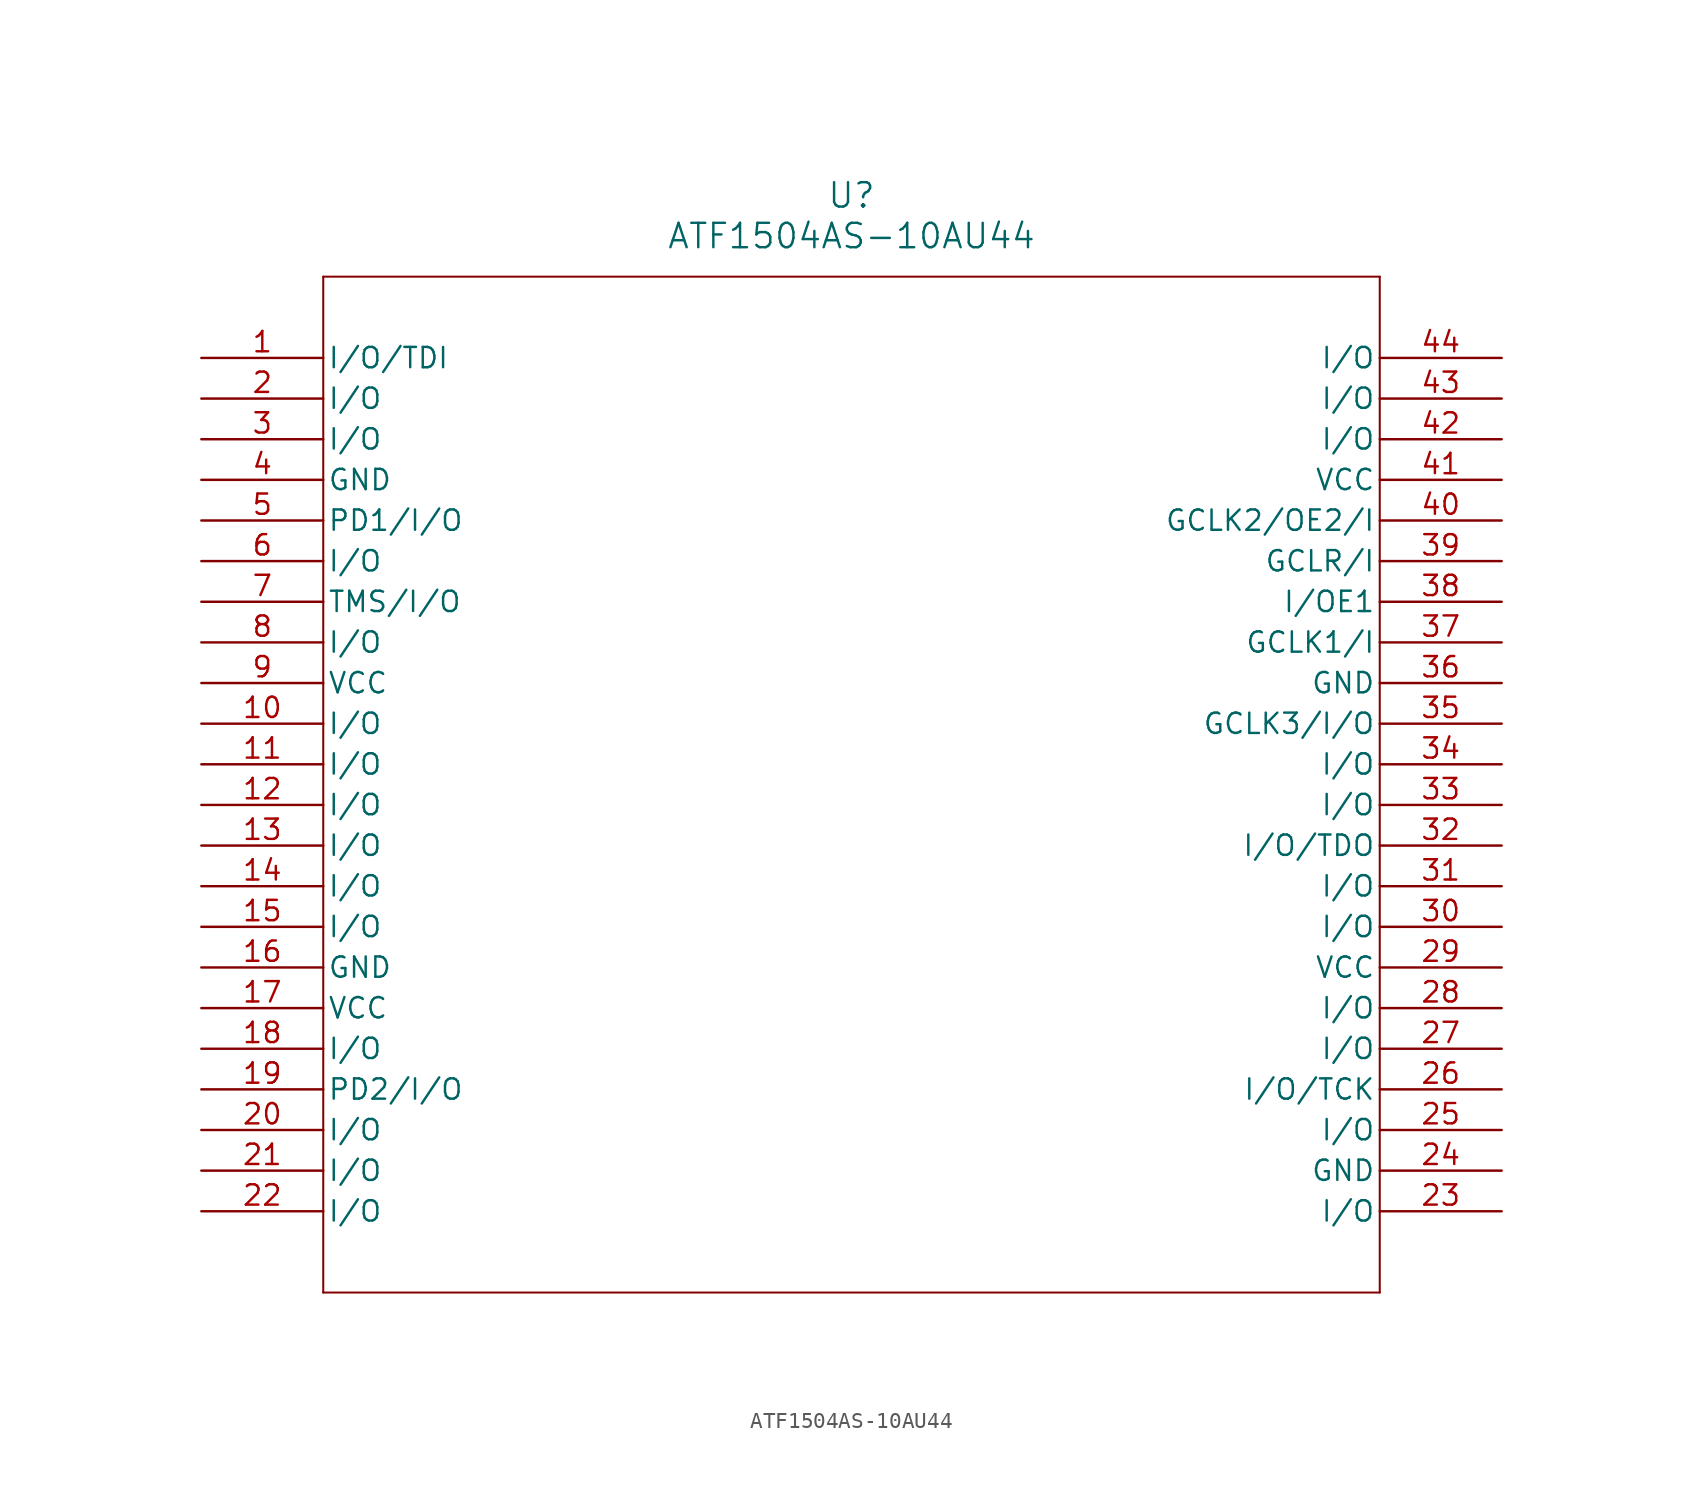
<source format=kicad_sym>
(kicad_symbol_lib
  (version 20211014)
  (generator kicad_symbol_editor)
  (symbol "ATF1504AS-10AU44"
    (pin_names
      (offset 0.254))
    (property "Reference" "U"
      (at 40.64 10.16 0)
      (effects (font (size 1.524 1.524))))
    (property "Value" "ATF1504AS-10AU44"
      (at 40.64 7.62 0)
      (effects (font (size 1.524 1.524))))
    (symbol "ATF1504AS-10AU44_0_1"
      (polyline (pts (xy 7.62 5.08) (xy 7.62 -58.42)) (stroke (width 0.127) (type default) (color 0 0 0 0)) (fill (type none)))
      (polyline (pts (xy 7.62 -58.42) (xy 73.66 -58.42)) (stroke (width 0.127) (type default) (color 0 0 0 0)) (fill (type none)))
      (polyline (pts (xy 73.66 -58.42) (xy 73.66 5.08)) (stroke (width 0.127) (type default) (color 0 0 0 0)) (fill (type none)))
      (polyline (pts (xy 73.66 5.08) (xy 7.62 5.08)) (stroke (width 0.127) (type default) (color 0 0 0 0)) (fill (type none)))
      (pin bidirectional line (at 0 0 0) (length 7.62) (name "I/O/TDI" (effects (font (size 1.27 1.27)))) (number "1" (effects (font (size 1.27 1.27)))))
      (pin bidirectional line (at 0 -2.54 0) (length 7.62) (name "I/O" (effects (font (size 1.27 1.27)))) (number "2" (effects (font (size 1.27 1.27)))))
      (pin bidirectional line (at 0 -5.08 0) (length 7.62) (name "I/O" (effects (font (size 1.27 1.27)))) (number "3" (effects (font (size 1.27 1.27)))))
      (pin power_in line (at 0 -7.62 0) (length 7.62) (name "GND" (effects (font (size 1.27 1.27)))) (number "4" (effects (font (size 1.27 1.27)))))
      (pin bidirectional line (at 0 -10.16 0) (length 7.62) (name "PD1/I/O" (effects (font (size 1.27 1.27)))) (number "5" (effects (font (size 1.27 1.27)))))
      (pin bidirectional line (at 0 -12.7 0) (length 7.62) (name "I/O" (effects (font (size 1.27 1.27)))) (number "6" (effects (font (size 1.27 1.27)))))
      (pin bidirectional line (at 0 -15.24 0) (length 7.62) (name "TMS/I/O" (effects (font (size 1.27 1.27)))) (number "7" (effects (font (size 1.27 1.27)))))
      (pin bidirectional line (at 0 -17.78 0) (length 7.62) (name "I/O" (effects (font (size 1.27 1.27)))) (number "8" (effects (font (size 1.27 1.27)))))
      (pin power_in line (at 0 -20.32 0) (length 7.62) (name "VCC" (effects (font (size 1.27 1.27)))) (number "9" (effects (font (size 1.27 1.27)))))
      (pin bidirectional line (at 0 -22.86 0) (length 7.62) (name "I/O" (effects (font (size 1.27 1.27)))) (number "10" (effects (font (size 1.27 1.27)))))
      (pin bidirectional line (at 0 -25.4 0) (length 7.62) (name "I/O" (effects (font (size 1.27 1.27)))) (number "11" (effects (font (size 1.27 1.27)))))
      (pin bidirectional line (at 0 -27.94 0) (length 7.62) (name "I/O" (effects (font (size 1.27 1.27)))) (number "12" (effects (font (size 1.27 1.27)))))
      (pin bidirectional line (at 0 -30.48 0) (length 7.62) (name "I/O" (effects (font (size 1.27 1.27)))) (number "13" (effects (font (size 1.27 1.27)))))
      (pin bidirectional line (at 0 -33.02 0) (length 7.62) (name "I/O" (effects (font (size 1.27 1.27)))) (number "14" (effects (font (size 1.27 1.27)))))
      (pin bidirectional line (at 0 -35.56 0) (length 7.62) (name "I/O" (effects (font (size 1.27 1.27)))) (number "15" (effects (font (size 1.27 1.27)))))
      (pin power_in line (at 0 -38.1 0) (length 7.62) (name "GND" (effects (font (size 1.27 1.27)))) (number "16" (effects (font (size 1.27 1.27)))))
      (pin power_in line (at 0 -40.64 0) (length 7.62) (name "VCC" (effects (font (size 1.27 1.27)))) (number "17" (effects (font (size 1.27 1.27)))))
      (pin bidirectional line (at 0 -43.18 0) (length 7.62) (name "I/O" (effects (font (size 1.27 1.27)))) (number "18" (effects (font (size 1.27 1.27)))))
      (pin bidirectional line (at 0 -45.72 0) (length 7.62) (name "PD2/I/O" (effects (font (size 1.27 1.27)))) (number "19" (effects (font (size 1.27 1.27)))))
      (pin bidirectional line (at 0 -48.26 0) (length 7.62) (name "I/O" (effects (font (size 1.27 1.27)))) (number "20" (effects (font (size 1.27 1.27)))))
      (pin bidirectional line (at 0 -50.8 0) (length 7.62) (name "I/O" (effects (font (size 1.27 1.27)))) (number "21" (effects (font (size 1.27 1.27)))))
      (pin bidirectional line (at 0 -53.34 0) (length 7.62) (name "I/O" (effects (font (size 1.27 1.27)))) (number "22" (effects (font (size 1.27 1.27)))))
      (pin bidirectional line (at 81.28 -53.34 180) (length 7.62) (name "I/O" (effects (font (size 1.27 1.27)))) (number "23" (effects (font (size 1.27 1.27)))))
      (pin power_in line (at 81.28 -50.8 180) (length 7.62) (name "GND" (effects (font (size 1.27 1.27)))) (number "24" (effects (font (size 1.27 1.27)))))
      (pin bidirectional line (at 81.28 -48.26 180) (length 7.62) (name "I/O" (effects (font (size 1.27 1.27)))) (number "25" (effects (font (size 1.27 1.27)))))
      (pin bidirectional line (at 81.28 -45.72 180) (length 7.62) (name "I/O/TCK" (effects (font (size 1.27 1.27)))) (number "26" (effects (font (size 1.27 1.27)))))
      (pin bidirectional line (at 81.28 -43.18 180) (length 7.62) (name "I/O" (effects (font (size 1.27 1.27)))) (number "27" (effects (font (size 1.27 1.27)))))
      (pin bidirectional line (at 81.28 -40.64 180) (length 7.62) (name "I/O" (effects (font (size 1.27 1.27)))) (number "28" (effects (font (size 1.27 1.27)))))
      (pin power_in line (at 81.28 -38.1 180) (length 7.62) (name "VCC" (effects (font (size 1.27 1.27)))) (number "29" (effects (font (size 1.27 1.27)))))
      (pin bidirectional line (at 81.28 -35.56 180) (length 7.62) (name "I/O" (effects (font (size 1.27 1.27)))) (number "30" (effects (font (size 1.27 1.27)))))
      (pin bidirectional line (at 81.28 -33.02 180) (length 7.62) (name "I/O" (effects (font (size 1.27 1.27)))) (number "31" (effects (font (size 1.27 1.27)))))
      (pin bidirectional line (at 81.28 -30.48 180) (length 7.62) (name "I/O/TDO" (effects (font (size 1.27 1.27)))) (number "32" (effects (font (size 1.27 1.27)))))
      (pin bidirectional line (at 81.28 -27.94 180) (length 7.62) (name "I/O" (effects (font (size 1.27 1.27)))) (number "33" (effects (font (size 1.27 1.27)))))
      (pin bidirectional line (at 81.28 -25.4 180) (length 7.62) (name "I/O" (effects (font (size 1.27 1.27)))) (number "34" (effects (font (size 1.27 1.27)))))
      (pin bidirectional line (at 81.28 -22.86 180) (length 7.62) (name "GCLK3/I/O" (effects (font (size 1.27 1.27)))) (number "35" (effects (font (size 1.27 1.27)))))
      (pin power_in line (at 81.28 -20.32 180) (length 7.62) (name "GND" (effects (font (size 1.27 1.27)))) (number "36" (effects (font (size 1.27 1.27)))))
      (pin bidirectional line (at 81.28 -17.78 180) (length 7.62) (name "GCLK1/I" (effects (font (size 1.27 1.27)))) (number "37" (effects (font (size 1.27 1.27)))))
      (pin bidirectional line (at 81.28 -15.24 180) (length 7.62) (name "I/OE1" (effects (font (size 1.27 1.27)))) (number "38" (effects (font (size 1.27 1.27)))))
      (pin bidirectional line (at 81.28 -12.7 180) (length 7.62) (name "GCLR/I" (effects (font (size 1.27 1.27)))) (number "39" (effects (font (size 1.27 1.27)))))
      (pin bidirectional line (at 81.28 -10.16 180) (length 7.62) (name "GCLK2/OE2/I" (effects (font (size 1.27 1.27)))) (number "40" (effects (font (size 1.27 1.27)))))
      (pin power_in line (at 81.28 -7.62 180) (length 7.62) (name "VCC" (effects (font (size 1.27 1.27)))) (number "41" (effects (font (size 1.27 1.27)))))
      (pin bidirectional line (at 81.28 -5.08 180) (length 7.62) (name "I/O" (effects (font (size 1.27 1.27)))) (number "42" (effects (font (size 1.27 1.27)))))
      (pin bidirectional line (at 81.28 -2.54 180) (length 7.62) (name "I/O" (effects (font (size 1.27 1.27)))) (number "43" (effects (font (size 1.27 1.27)))))
      (pin bidirectional line (at 81.28 0 180) (length 7.62) (name "I/O" (effects (font (size 1.27 1.27)))) (number "44" (effects (font (size 1.27 1.27))))))))
</source>
